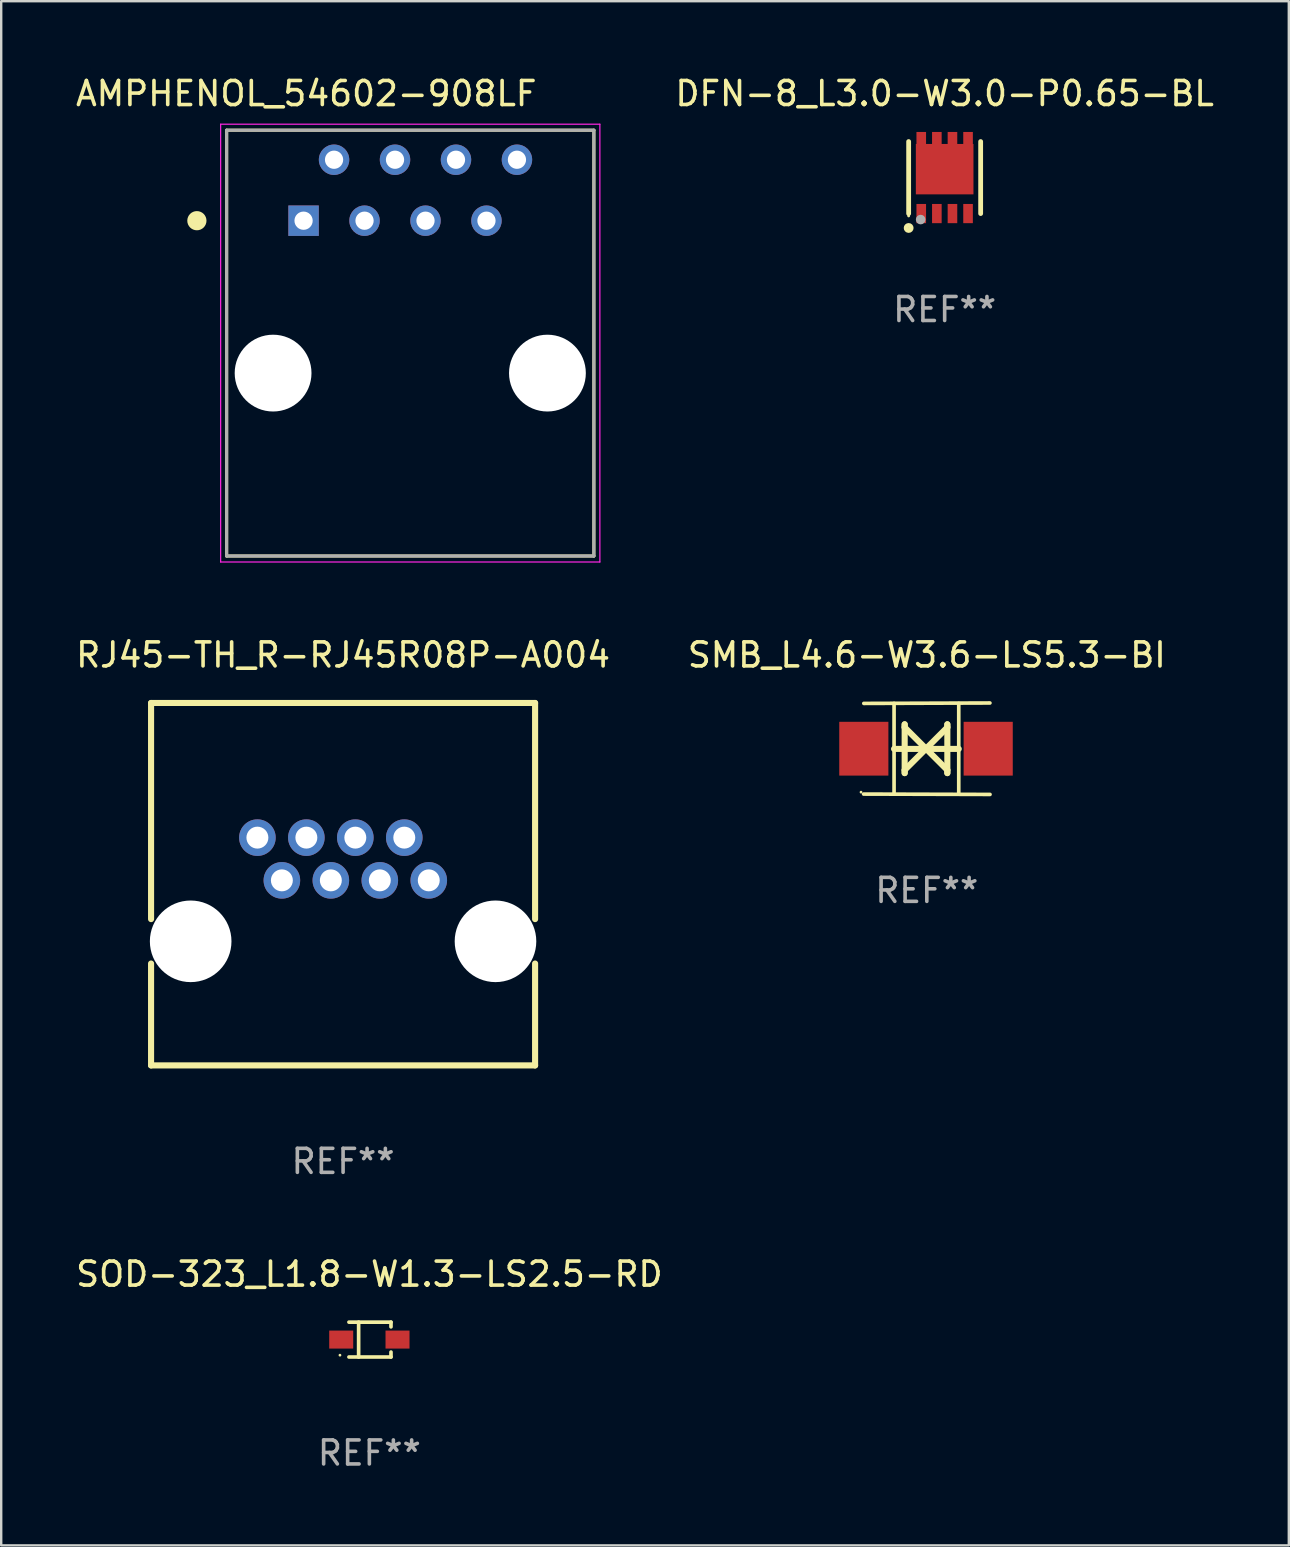
<source format=kicad_pcb>
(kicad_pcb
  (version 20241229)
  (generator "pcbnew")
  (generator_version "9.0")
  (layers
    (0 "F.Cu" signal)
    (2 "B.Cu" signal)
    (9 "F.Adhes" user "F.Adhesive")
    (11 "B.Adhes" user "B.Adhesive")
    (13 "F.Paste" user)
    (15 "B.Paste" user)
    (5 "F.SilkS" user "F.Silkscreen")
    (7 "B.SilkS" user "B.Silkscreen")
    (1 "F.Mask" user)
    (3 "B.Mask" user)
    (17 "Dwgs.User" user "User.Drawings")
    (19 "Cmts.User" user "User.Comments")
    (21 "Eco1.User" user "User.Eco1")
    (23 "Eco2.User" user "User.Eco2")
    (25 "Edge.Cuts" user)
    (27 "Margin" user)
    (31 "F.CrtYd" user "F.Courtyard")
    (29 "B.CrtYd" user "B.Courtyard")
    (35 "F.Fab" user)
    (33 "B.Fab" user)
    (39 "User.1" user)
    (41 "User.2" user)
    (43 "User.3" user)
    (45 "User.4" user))
  (footprint "RJ45-TH_R-RJ45R08P-A004"
    (layer "F.Cu")
    (at 11.244 33.789)
    (property "Reference" "RJ45-TH_R-RJ45R08P-A004" (at 0 -9.55 0) (layer "F.SilkS") (effects (font (size 1 1) (thickness 0.15))))
    (attr through_hole)
    (fp_line (start -8 -7.55) (end 8 -7.55) (stroke (width 0.254) (type solid)) (layer "F.SilkS"))
    (fp_line (start -8 1.455) (end -8 -7.55) (stroke (width 0.254) (type solid)) (layer "F.SilkS"))
    (fp_line (start -8 7.55) (end -8 3.305) (stroke (width 0.254) (type solid)) (layer "F.SilkS"))
    (fp_line (start 8 -7.55) (end 8 1.455) (stroke (width 0.254) (type solid)) (layer "F.SilkS"))
    (fp_line (start 8 3.305) (end 8 7.55) (stroke (width 0.254) (type solid)) (layer "F.SilkS"))
    (fp_line (start 8 7.55) (end -8 7.55) (stroke (width 0.254) (type solid)) (layer "F.SilkS"))
    (fp_circle (center 8 7.566) (end 8.03 7.566) (stroke (width 0.06) (type solid)) (fill no) (layer "F.SilkS"))
    (fp_circle (center -6.35 2.38) (end -5.55 2.38) (stroke (width 1.6) (type solid)) (fill no) (layer "F.Fab"))
    (fp_circle (center 6.35 2.38) (end 7.15 2.38) (stroke (width 1.6) (type solid)) (fill no) (layer "F.Fab"))
    (fp_text user "REF**" (at 0 11.55 0) (layer "F.Fab") (effects (font (size 1 1) (thickness 0.15))))
    (pad "" np_thru_hole circle (at -6.35 2.38) (size 3.4 3.4) (drill 3.4) (layers "*.Cu" "*.Mask"))
    (pad "" np_thru_hole circle (at 6.35 2.38) (size 3.4 3.4) (drill 3.4) (layers "*.Cu" "*.Mask"))
    (pad "1" thru_hole circle (at 3.57 -0.16) (size 1.524 1.524) (drill 0.914) (layers "*.Cu" "*.Mask"))
    (pad "2" thru_hole circle (at 2.55 -1.94) (size 1.524 1.524) (drill 0.914) (layers "*.Cu" "*.Mask"))
    (pad "3" thru_hole circle (at 1.53 -0.16) (size 1.524 1.524) (drill 0.914) (layers "*.Cu" "*.Mask"))
    (pad "4" thru_hole circle (at 0.51 -1.94) (size 1.524 1.524) (drill 0.914) (layers "*.Cu" "*.Mask"))
    (pad "5" thru_hole circle (at -0.51 -0.16) (size 1.524 1.524) (drill 0.914) (layers "*.Cu" "*.Mask"))
    (pad "6" thru_hole circle (at -1.53 -1.94) (size 1.524 1.524) (drill 0.914) (layers "*.Cu" "*.Mask"))
    (pad "7" thru_hole circle (at -2.55 -0.16) (size 1.524 1.524) (drill 0.914) (layers "*.Cu" "*.Mask"))
    (pad "8" thru_hole circle (at -3.57 -1.94) (size 1.524 1.524) (drill 0.914) (layers "*.Cu" "*.Mask")))
  (footprint "SOD-323_L1.8-W1.3-LS2.5-RD"
    (layer "F.Cu")
    (at 12.339 52.762)
    (property "Reference" "SOD-323_L1.8-W1.3-LS2.5-RD" (at 0 -2.726 0) (layer "F.SilkS") (effects (font (size 1 1) (thickness 0.15))))
    (attr through_hole)
    (fp_line (start -0.851 -0.726) (end 0.901 -0.726) (stroke (width 0.152) (type solid)) (layer "F.SilkS"))
    (fp_line (start -0.851 0.726) (end 0.901 0.726) (stroke (width 0.152) (type solid)) (layer "F.SilkS"))
    (fp_line (start -0.447 -0.726) (end -0.447 0.726) (stroke (width 0.152) (type solid)) (layer "F.SilkS"))
    (fp_line (start 0.901 -0.726) (end 0.901 -0.53) (stroke (width 0.152) (type solid)) (layer "F.SilkS"))
    (fp_line (start 0.901 0.726) (end 0.901 0.52) (stroke (width 0.152) (type solid)) (layer "F.SilkS"))
    (fp_circle (center -1.225 0.65) (end -1.195 0.65) (stroke (width 0.06) (type solid)) (fill no) (layer "F.SilkS"))
    (fp_text user "REF**" (at 0 4.726 0) (layer "F.Fab") (effects (font (size 1 1) (thickness 0.15))))
    (pad "A" smd rect (at 1.173 0) (size 1 0.75) (layers "F.Cu" "F.Mask" "F.Paste"))
    (pad "C" smd rect (at -1.173 0) (size 1 0.75) (layers "F.Cu" "F.Mask" "F.Paste")))
  (footprint "DFN-8_L3.0-W3.0-P0.65-BL"
    (layer "F.Cu")
    (at 36.308 4.348)
    (property "Reference" "DFN-8_L3.0-W3.0-P0.65-BL" (at 0 -3.5 0) (layer "F.SilkS") (effects (font (size 1 1) (thickness 0.15))))
    (attr through_hole)
    (fp_line (start -1.5 -1.5) (end -1.5 1.5) (stroke (width 0.2) (type solid)) (layer "F.SilkS"))
    (fp_line (start 1.5 -1.5) (end 1.5 1.5) (stroke (width 0.2) (type solid)) (layer "F.SilkS"))
    (fp_circle (center -1.5 1.6) (end -1.47 1.6) (stroke (width 0.06) (type solid)) (fill no) (layer "F.SilkS"))
    (fp_circle (center -1.5 2.1) (end -1.395 2.1) (stroke (width 0.2) (type solid)) (fill no) (layer "F.SilkS"))
    (fp_circle (center -1 1.75) (end -0.9 1.75) (stroke (width 0.2) (type solid)) (fill no) (layer "F.Fab"))
    (fp_text user "REF**" (at 0 5.5 0) (layer "F.Fab") (effects (font (size 1 1) (thickness 0.15))))
    (pad "1" smd rect (at -0.975 1.5 180) (size 0.4 0.8) (layers "F.Cu" "F.Mask" "F.Paste"))
    (pad "2" smd rect (at -0.325 1.5 180) (size 0.4 0.8) (layers "F.Cu" "F.Mask" "F.Paste"))
    (pad "3" smd rect (at 0.325 1.5 180) (size 0.4 0.8) (layers "F.Cu" "F.Mask" "F.Paste"))
    (pad "4" smd rect (at 0.975 1.5 180) (size 0.4 0.8) (layers "F.Cu" "F.Mask" "F.Paste"))
    (pad "5" smd rect (at 0.975 -1.5 180) (size 0.4 0.8) (layers "F.Cu" "F.Mask" "F.Paste"))
    (pad "6" smd rect (at 0.325 -1.5 180) (size 0.4 0.8) (layers "F.Cu" "F.Mask" "F.Paste"))
    (pad "7" smd rect (at -0.325 -1.5 180) (size 0.4 0.8) (layers "F.Cu" "F.Mask" "F.Paste"))
    (pad "8" smd rect (at -0.975 -1.5 180) (size 0.4 0.8) (layers "F.Cu" "F.Mask" "F.Paste"))
    (pad "9" smd rect (at 0 -0.35) (size 2.4 2.1) (layers "F.Cu" "F.Mask" "F.Paste")))
  (footprint "SMB_L4.6-W3.6-LS5.3-BI"
    (layer "F.Cu")
    (at 35.565 28.144)
    (property "Reference" "SMB_L4.6-W3.6-LS5.3-BI" (at 0 -3.905 0) (layer "F.SilkS") (effects (font (size 1 1) (thickness 0.15))))
    (attr through_hole)
    (fp_line (start -1.365 1.886) (end -1.365 -1.886) (stroke (width 0.152) (type solid)) (layer "F.SilkS"))
    (fp_line (start -1.365 0.008) (end 1.33 0.008) (stroke (width 0.254) (type solid)) (layer "F.SilkS"))
    (fp_line (start -0.923 -1.016) (end -0.923 1.016) (stroke (width 0.254) (type solid)) (layer "F.SilkS"))
    (fp_line (start -0.923 -0.889) (end -0.923 -1.016) (stroke (width 0.254) (type solid)) (layer "F.SilkS"))
    (fp_line (start -0.923 0.889) (end -0.034 0) (stroke (width 0.254) (type solid)) (layer "F.SilkS"))
    (fp_line (start -0.923 1.016) (end -0.923 0.889) (stroke (width 0.254) (type solid)) (layer "F.SilkS"))
    (fp_line (start -0.034 0) (end -0.923 -0.889) (stroke (width 0.254) (type solid)) (layer "F.SilkS"))
    (fp_line (start -0.034 0) (end 0.855 0.889) (stroke (width 0.254) (type solid)) (layer "F.SilkS"))
    (fp_line (start 0.855 -1.016) (end 0.855 -0.889) (stroke (width 0.254) (type solid)) (layer "F.SilkS"))
    (fp_line (start 0.855 -0.889) (end -0.034 0) (stroke (width 0.254) (type solid)) (layer "F.SilkS"))
    (fp_line (start 0.855 0.889) (end 0.855 1.016) (stroke (width 0.254) (type solid)) (layer "F.SilkS"))
    (fp_line (start 0.855 1.016) (end 0.855 -1.016) (stroke (width 0.254) (type solid)) (layer "F.SilkS"))
    (fp_line (start 1.33 1.886) (end 1.33 -1.886) (stroke (width 0.152) (type solid)) (layer "F.SilkS"))
    (fp_line (start 2.629 -1.905) (end -2.625 -1.887) (stroke (width 0.152) (type solid)) (layer "F.SilkS"))
    (fp_line (start 2.633 1.905) (end -2.633 1.89) (stroke (width 0.152) (type solid)) (layer "F.SilkS"))
    (fp_circle (center -2.741 1.81) (end -2.711 1.81) (stroke (width 0.06) (type solid)) (fill no) (layer "F.SilkS"))
    (fp_text user "REF**" (at 0 5.905 0) (layer "F.Fab") (effects (font (size 1 1) (thickness 0.15))))
    (pad "1" smd rect (at -2.625 0) (size 2.047 2.241) (layers "F.Cu" "F.Mask" "F.Paste"))
    (pad "2" smd rect (at 2.557 0) (size 2.047 2.241) (layers "F.Cu" "F.Mask" "F.Paste")))
  (footprint "AMPHENOL_54602-908LF"
    (layer "F.Cu")
    (at 14.043 12.495)
    (property "Reference" "AMPHENOL_54602-908LF" (at -4.332 -11.646 0) (layer "F.SilkS") (effects (font (size 1.002 1.002) (thickness 0.15))))
    (attr through_hole)
    (fp_line (start -7.65 -10.12) (end 7.65 -10.12) (stroke (width 0.127) (type solid)) (layer "F.SilkS"))
    (fp_line (start -7.65 7.62) (end -7.65 -10.12) (stroke (width 0.127) (type solid)) (layer "F.SilkS"))
    (fp_line (start 7.65 -10.12) (end 7.65 7.62) (stroke (width 0.127) (type solid)) (layer "F.SilkS"))
    (fp_line (start 7.65 7.62) (end -7.65 7.62) (stroke (width 0.127) (type solid)) (layer "F.SilkS"))
    (fp_circle (center -8.89 -6.35) (end -8.69 -6.35) (stroke (width 0.4) (type solid)) (fill no) (layer "F.SilkS"))
    (fp_line (start -7.9 -10.37) (end -7.9 7.87) (stroke (width 0.05) (type solid)) (layer "F.CrtYd"))
    (fp_line (start -7.9 7.87) (end 7.9 7.87) (stroke (width 0.05) (type solid)) (layer "F.CrtYd"))
    (fp_line (start 7.9 -10.37) (end -7.9 -10.37) (stroke (width 0.05) (type solid)) (layer "F.CrtYd"))
    (fp_line (start 7.9 7.87) (end 7.9 -10.37) (stroke (width 0.05) (type solid)) (layer "F.CrtYd"))
    (fp_line (start -7.65 -10.12) (end -7.65 7.62) (stroke (width 0.127) (type solid)) (layer "F.Fab"))
    (fp_line (start -7.65 7.62) (end 7.65 7.62) (stroke (width 0.127) (type solid)) (layer "F.Fab"))
    (fp_line (start 7.65 -10.12) (end -7.65 -10.12) (stroke (width 0.127) (type solid)) (layer "F.Fab"))
    (fp_line (start 7.65 7.62) (end 7.65 -10.12) (stroke (width 0.127) (type solid)) (layer "F.Fab"))
    (pad "" np_thru_hole circle (at -5.715 0) (size 3.2 3.2) (drill 3.2) (layers "*.Cu" "*.Mask"))
    (pad "" np_thru_hole circle (at 5.715 0) (size 3.2 3.2) (drill 3.2) (layers "*.Cu" "*.Mask"))
    (pad "1" thru_hole rect (at -4.445 -6.35) (size 1.268 1.268) (drill 0.76) (layers "*.Cu" "*.Mask"))
    (pad "2" thru_hole circle (at -3.175 -8.89) (size 1.268 1.268) (drill 0.76) (layers "*.Cu" "*.Mask"))
    (pad "3" thru_hole circle (at -1.905 -6.35) (size 1.268 1.268) (drill 0.76) (layers "*.Cu" "*.Mask"))
    (pad "4" thru_hole circle (at -0.635 -8.89) (size 1.268 1.268) (drill 0.76) (layers "*.Cu" "*.Mask"))
    (pad "5" thru_hole circle (at 0.635 -6.35) (size 1.268 1.268) (drill 0.76) (layers "*.Cu" "*.Mask"))
    (pad "6" thru_hole circle (at 1.905 -8.89) (size 1.268 1.268) (drill 0.76) (layers "*.Cu" "*.Mask"))
    (pad "7" thru_hole circle (at 3.175 -6.35) (size 1.268 1.268) (drill 0.76) (layers "*.Cu" "*.Mask"))
    (pad "8" thru_hole circle (at 4.445 -8.89) (size 1.268 1.268) (drill 0.76) (layers "*.Cu" "*.Mask")))
  (gr_rect
    (start -3 -3)
    (end 50.647 61.336)
    (stroke (width 0.1) (type default))
    (fill no)
    (layer "Edge.Cuts")))
</source>
